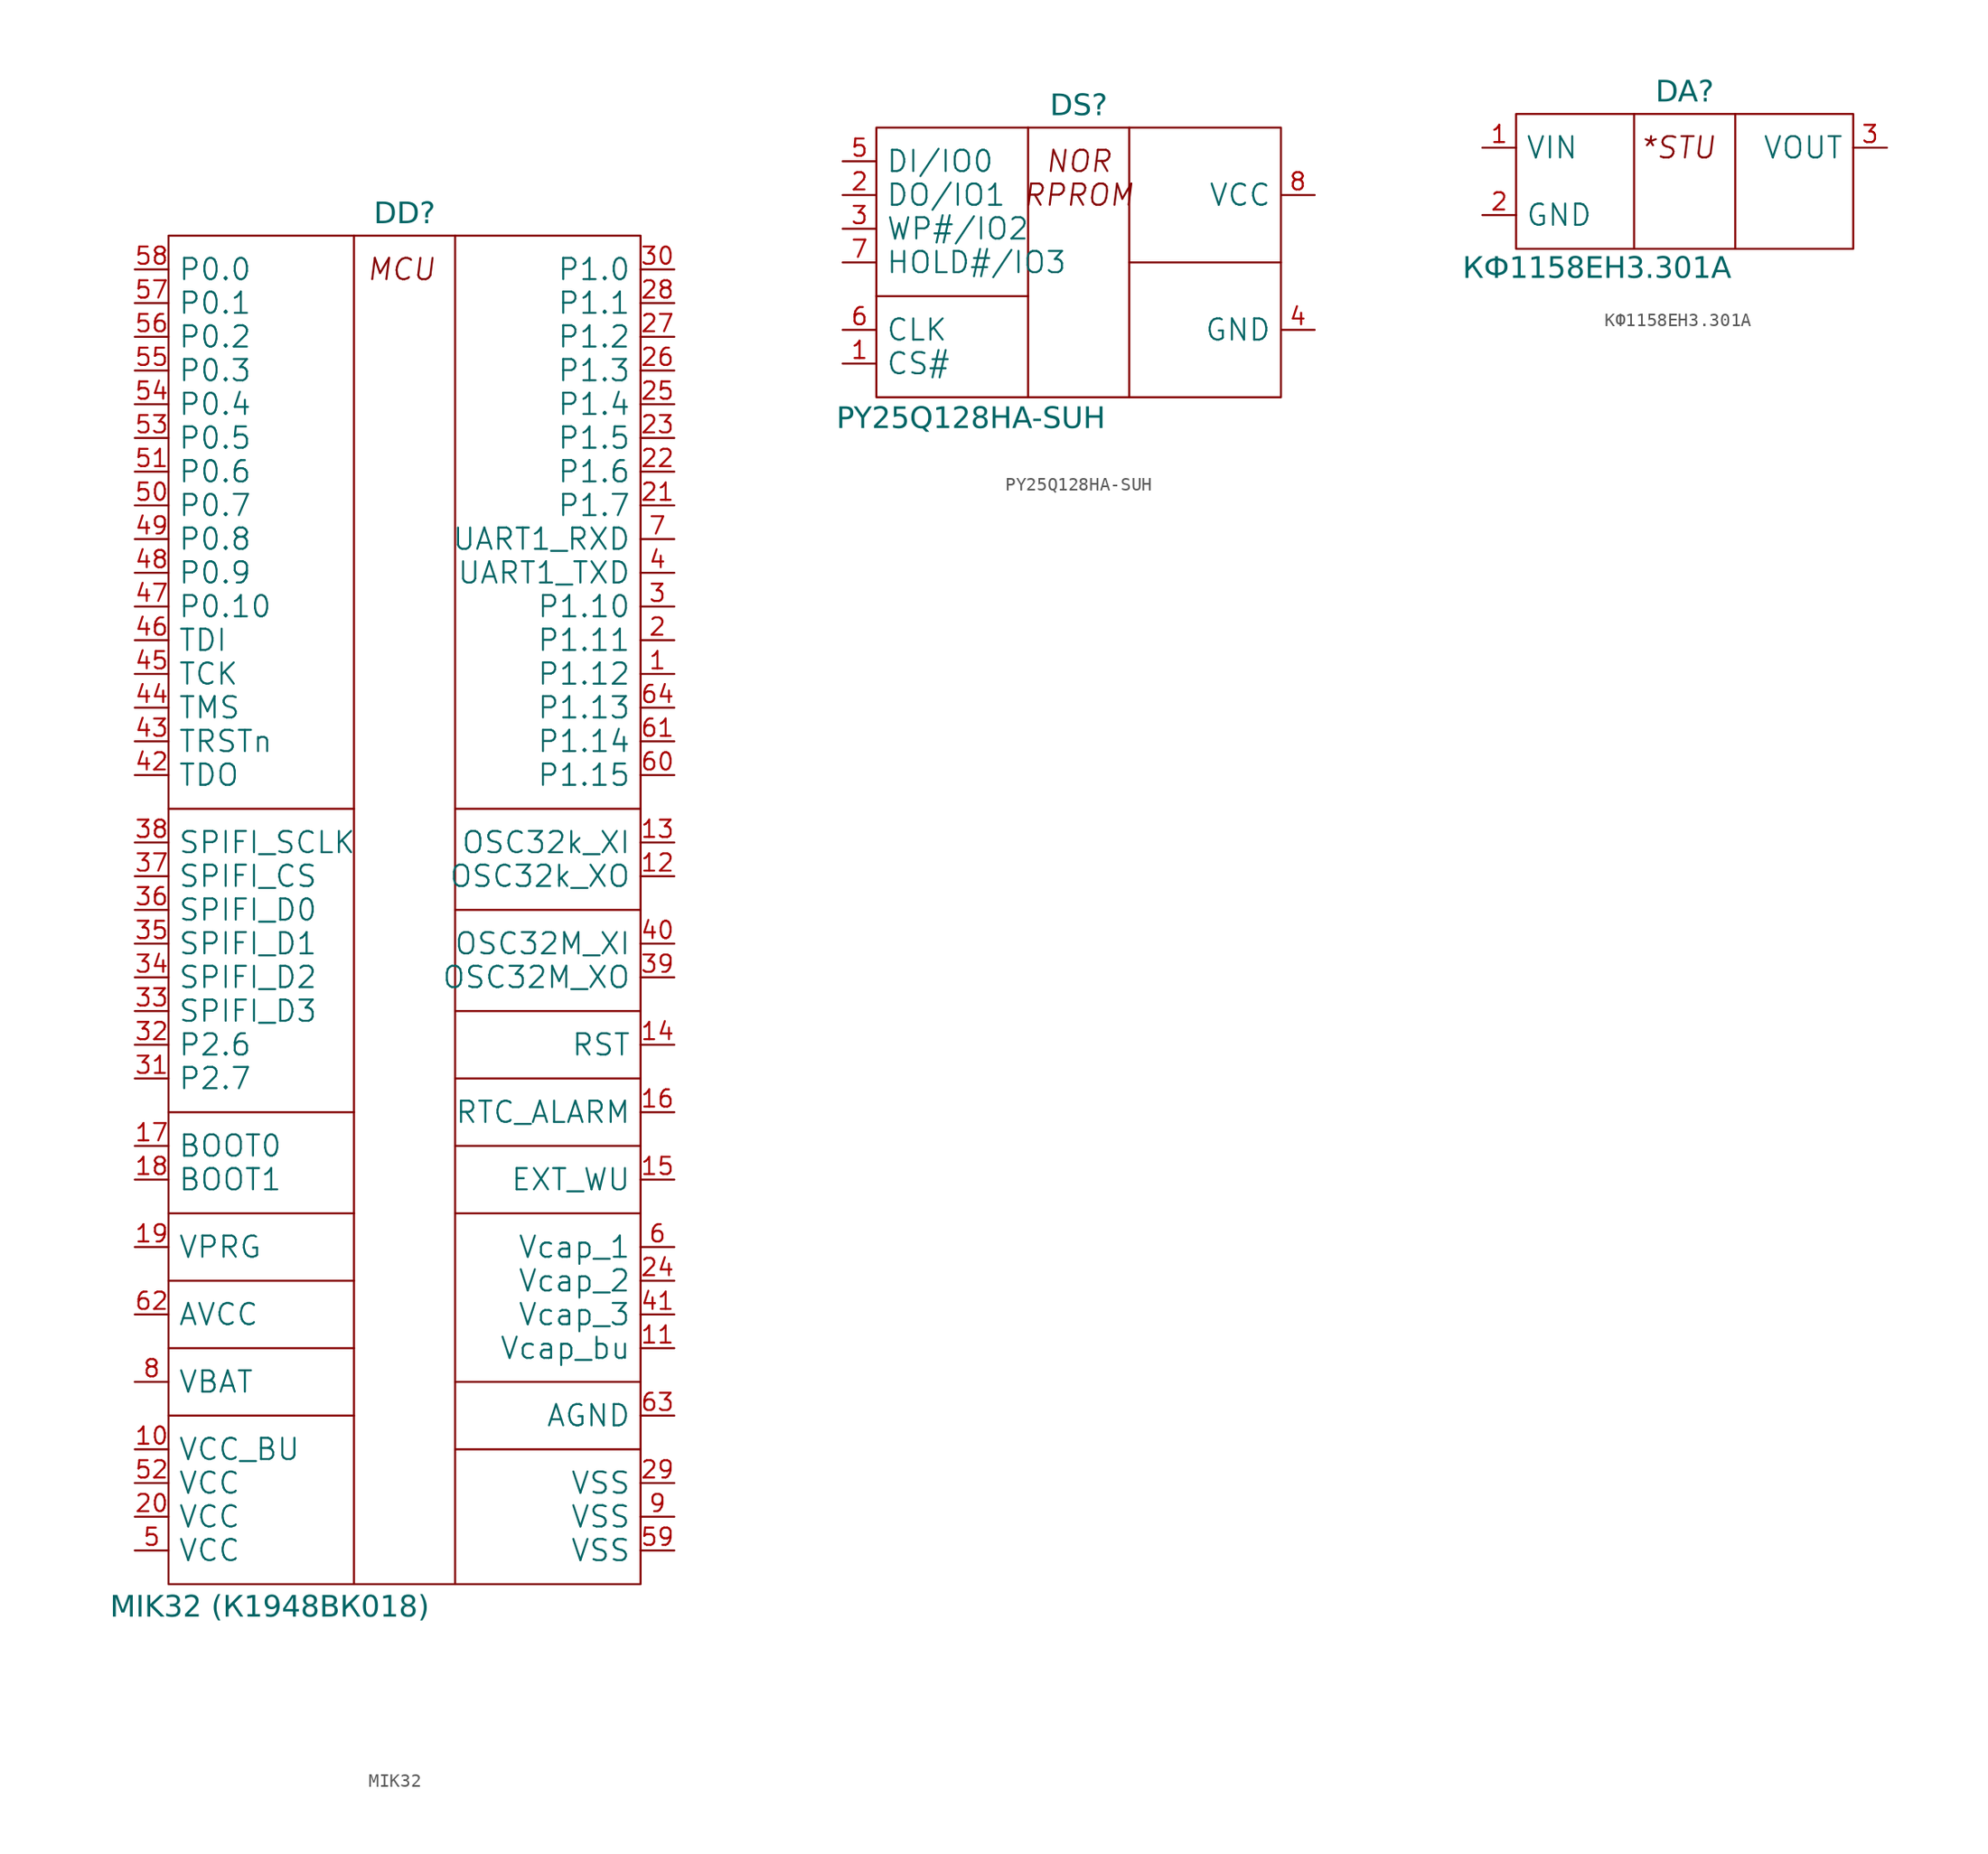
<source format=kicad_sym>
(kicad_symbol_lib
  (version 20231120)
  (generator "kicad_symbol_editor")
  (generator_version "8.0")
  (symbol "MIK32"
    (pin_names
      (offset 0.7))
    (property "Reference" "DD"
      (at 0 22.86 0)
      (effects (font (face "GOST type A") (size 1.6 1.6) (italic yes)) (justify top)))
    (property "Value" "MIK32 (К1948ВК018)"
      (at -10.16 -83.058 0)
      (effects (font (face "GOST type A") (size 1.6 1.6))))
    (symbol "MIK32_0_1"
      (polyline (pts (xy -3.81 20.32) (xy -3.81 -81.28)) (stroke (width 0) (type default)) (fill (type none)))
      (polyline (pts (xy 3.81 20.32) (xy 3.81 -81.28)) (stroke (width 0) (type default)) (fill (type none))))
    (symbol "MIK32_1_1"
      (polyline (pts (xy -17.78 -68.58) (xy -3.81 -68.58)) (stroke (width 0) (type default)) (fill (type none)))
      (polyline (pts (xy -17.78 -63.5) (xy -3.81 -63.5)) (stroke (width 0) (type default)) (fill (type none)))
      (polyline (pts (xy -17.78 -58.42) (xy -3.81 -58.42)) (stroke (width 0) (type default)) (fill (type none)))
      (polyline (pts (xy -17.78 -53.34) (xy -3.81 -53.34)) (stroke (width 0) (type default)) (fill (type none)))
      (polyline (pts (xy -17.78 -45.72) (xy -3.81 -45.72)) (stroke (width 0) (type default)) (fill (type none)))
      (polyline (pts (xy -17.78 -22.86) (xy -3.81 -22.86)) (stroke (width 0) (type default)) (fill (type none)))
      (polyline (pts (xy 3.81 -71.12) (xy 17.78 -71.12)) (stroke (width 0) (type default)) (fill (type none)))
      (polyline (pts (xy 3.81 -66.04) (xy 17.78 -66.04)) (stroke (width 0) (type default)) (fill (type none)))
      (polyline (pts (xy 3.81 -53.34) (xy 17.78 -53.34)) (stroke (width 0) (type default)) (fill (type none)))
      (polyline (pts (xy 3.81 -48.26) (xy 17.78 -48.26)) (stroke (width 0) (type default)) (fill (type none)))
      (polyline (pts (xy 3.81 -43.18) (xy 17.78 -43.18)) (stroke (width 0) (type default)) (fill (type none)))
      (polyline (pts (xy 3.81 -38.1) (xy 17.78 -38.1)) (stroke (width 0) (type default)) (fill (type none)))
      (polyline (pts (xy 3.81 -30.48) (xy 17.78 -30.48)) (stroke (width 0) (type default)) (fill (type none)))
      (polyline (pts (xy 3.81 -22.86) (xy 17.78 -22.86)) (stroke (width 0) (type default)) (fill (type none)))
      (polyline (pts (xy -17.78 1.27) (xy -17.78 20.32) (xy 17.78 20.32) (xy 17.78 -81.28) (xy -17.78 -81.28) (xy -17.78 1.27)) (stroke (width 0) (type default)) (fill (type none)))
      (text "MCU" (at -0.254 17.78 0) (effects (font (size 1.6 1.6) (italic yes))))
      (pin passive line (at 20.32 -12.7 180) (length 2.54) (name "P1.12" (effects (font (size 1.6 1.6)))) (number "1" (effects (font (size 1.3 1.3)))))
      (pin passive line (at -20.32 -71.12 0) (length 2.54) (name "VCC_BU" (effects (font (size 1.6 1.6)))) (number "10" (effects (font (size 1.3 1.3)))))
      (pin passive line (at 20.32 -63.5 180) (length 2.54) (name "Vcap_bu" (effects (font (size 1.6 1.6)))) (number "11" (effects (font (size 1.3 1.3)))))
      (pin passive line (at 20.32 -27.94 180) (length 2.54) (name "OSC32k_XO" (effects (font (size 1.6 1.6)))) (number "12" (effects (font (size 1.3 1.3)))))
      (pin passive line (at 20.32 -25.4 180) (length 2.54) (name "OSC32k_XI" (effects (font (size 1.6 1.6)))) (number "13" (effects (font (size 1.3 1.3)))))
      (pin passive line (at 20.32 -40.64 180) (length 2.54) (name "RST" (effects (font (size 1.6 1.6)))) (number "14" (effects (font (size 1.3 1.3)))))
      (pin passive line (at 20.32 -50.8 180) (length 2.54) (name "EXT_WU" (effects (font (size 1.6 1.6)))) (number "15" (effects (font (size 1.3 1.3)))))
      (pin passive line (at 20.32 -45.72 180) (length 2.54) (name "RTC_ALARM" (effects (font (size 1.6 1.6)))) (number "16" (effects (font (size 1.3 1.3)))))
      (pin passive line (at -20.32 -48.26 0) (length 2.54) (name "BOOT0" (effects (font (size 1.6 1.6)))) (number "17" (effects (font (size 1.3 1.3)))))
      (pin passive line (at -20.32 -50.8 0) (length 2.54) (name "BOOT1" (effects (font (size 1.6 1.6)))) (number "18" (effects (font (size 1.3 1.3)))))
      (pin passive line (at -20.32 -55.88 0) (length 2.54) (name "VPRG" (effects (font (size 1.6 1.6)))) (number "19" (effects (font (size 1.3 1.3)))))
      (pin passive line (at 20.32 -10.16 180) (length 2.54) (name "P1.11" (effects (font (size 1.6 1.6)))) (number "2" (effects (font (size 1.3 1.3)))))
      (pin passive line (at -20.32 -76.2 0) (length 2.54) (name "VCC" (effects (font (size 1.6 1.6)))) (number "20" (effects (font (size 1.3 1.3)))))
      (pin passive line (at 20.32 0 180) (length 2.54) (name "P1.7" (effects (font (size 1.6 1.6)))) (number "21" (effects (font (size 1.3 1.3)))))
      (pin passive line (at 20.32 2.54 180) (length 2.54) (name "P1.6" (effects (font (size 1.6 1.6)))) (number "22" (effects (font (size 1.3 1.3)))))
      (pin passive line (at 20.32 5.08 180) (length 2.54) (name "P1.5" (effects (font (size 1.6 1.6)))) (number "23" (effects (font (size 1.3 1.3)))))
      (pin passive line (at 20.32 -58.42 180) (length 2.54) (name "Vcap_2" (effects (font (size 1.6 1.6)))) (number "24" (effects (font (size 1.3 1.3)))))
      (pin passive line (at 20.32 7.62 180) (length 2.54) (name "P1.4" (effects (font (size 1.6 1.6)))) (number "25" (effects (font (size 1.3 1.3)))))
      (pin passive line (at 20.32 10.16 180) (length 2.54) (name "P1.3" (effects (font (size 1.6 1.6)))) (number "26" (effects (font (size 1.3 1.3)))))
      (pin passive line (at 20.32 12.7 180) (length 2.54) (name "P1.2" (effects (font (size 1.6 1.6)))) (number "27" (effects (font (size 1.3 1.3)))))
      (pin passive line (at 20.32 15.24 180) (length 2.54) (name "P1.1" (effects (font (size 1.6 1.6)))) (number "28" (effects (font (size 1.3 1.3)))))
      (pin passive line (at 20.32 -73.66 180) (length 2.54) (name "VSS" (effects (font (size 1.6 1.6)))) (number "29" (effects (font (size 1.3 1.3)))))
      (pin passive line (at 20.32 -7.62 180) (length 2.54) (name "P1.10" (effects (font (size 1.6 1.6)))) (number "3" (effects (font (size 1.3 1.3)))))
      (pin passive line (at 20.32 17.78 180) (length 2.54) (name "P1.0" (effects (font (size 1.6 1.6)))) (number "30" (effects (font (size 1.3 1.3)))))
      (pin passive line (at -20.32 -43.18 0) (length 2.54) (name "P2.7" (effects (font (size 1.6 1.6)))) (number "31" (effects (font (size 1.3 1.3)))))
      (pin passive line (at -20.32 -40.64 0) (length 2.54) (name "P2.6" (effects (font (size 1.6 1.6)))) (number "32" (effects (font (size 1.3 1.3)))))
      (pin passive line (at -20.32 -38.1 0) (length 2.54) (name "SPIFI_D3" (effects (font (size 1.6 1.6)))) (number "33" (effects (font (size 1.3 1.3)))))
      (pin passive line (at -20.32 -35.56 0) (length 2.54) (name "SPIFI_D2" (effects (font (size 1.6 1.6)))) (number "34" (effects (font (size 1.3 1.3)))))
      (pin passive line (at -20.32 -33.02 0) (length 2.54) (name "SPIFI_D1" (effects (font (size 1.6 1.6)))) (number "35" (effects (font (size 1.3 1.3)))))
      (pin passive line (at -20.32 -30.48 0) (length 2.54) (name "SPIFI_D0" (effects (font (size 1.6 1.6)))) (number "36" (effects (font (size 1.3 1.3)))))
      (pin passive line (at -20.32 -27.94 0) (length 2.54) (name "SPIFI_CS" (effects (font (size 1.6 1.6)))) (number "37" (effects (font (size 1.3 1.3)))))
      (pin passive line (at -20.32 -25.4 0) (length 2.54) (name "SPIFI_SCLK" (effects (font (size 1.6 1.6)))) (number "38" (effects (font (size 1.3 1.3)))))
      (pin passive line (at 20.32 -35.56 180) (length 2.54) (name "OSC32M_XO" (effects (font (size 1.6 1.6)))) (number "39" (effects (font (size 1.3 1.3)))))
      (pin passive line (at 20.32 -5.08 180) (length 2.54) (name "UART1_TXD" (effects (font (size 1.6 1.6)))) (number "4" (effects (font (size 1.3 1.3)))))
      (pin passive line (at 20.32 -33.02 180) (length 2.54) (name "OSC32M_XI" (effects (font (size 1.6 1.6)))) (number "40" (effects (font (size 1.3 1.3)))))
      (pin passive line (at 20.32 -60.96 180) (length 2.54) (name "Vcap_3" (effects (font (size 1.6 1.6)))) (number "41" (effects (font (size 1.3 1.3)))))
      (pin passive line (at -20.32 -20.32 0) (length 2.54) (name "TDO" (effects (font (size 1.6 1.6)))) (number "42" (effects (font (size 1.3 1.3)))))
      (pin passive line (at -20.32 -17.78 0) (length 2.54) (name "TRSTn" (effects (font (size 1.6 1.6)))) (number "43" (effects (font (size 1.3 1.3)))))
      (pin passive line (at -20.32 -15.24 0) (length 2.54) (name "TMS" (effects (font (size 1.6 1.6)))) (number "44" (effects (font (size 1.3 1.3)))))
      (pin passive line (at -20.32 -12.7 0) (length 2.54) (name "TCK" (effects (font (size 1.6 1.6)))) (number "45" (effects (font (size 1.3 1.3)))))
      (pin passive line (at -20.32 -10.16 0) (length 2.54) (name "TDI" (effects (font (size 1.6 1.6)))) (number "46" (effects (font (size 1.3 1.3)))))
      (pin passive line (at -20.32 -7.62 0) (length 2.54) (name "P0.10" (effects (font (size 1.6 1.6)))) (number "47" (effects (font (size 1.3 1.3)))))
      (pin passive line (at -20.32 -5.08 0) (length 2.54) (name "P0.9" (effects (font (size 1.6 1.6)))) (number "48" (effects (font (size 1.3 1.3)))))
      (pin passive line (at -20.32 -2.54 0) (length 2.54) (name "P0.8" (effects (font (size 1.6 1.6)))) (number "49" (effects (font (size 1.3 1.3)))))
      (pin passive line (at -20.32 -78.74 0) (length 2.54) (name "VCC" (effects (font (size 1.6 1.6)))) (number "5" (effects (font (size 1.3 1.3)))))
      (pin passive line (at -20.32 0 0) (length 2.54) (name "P0.7" (effects (font (size 1.6 1.6)))) (number "50" (effects (font (size 1.3 1.3)))))
      (pin passive line (at -20.32 2.54 0) (length 2.54) (name "P0.6" (effects (font (size 1.6 1.6)))) (number "51" (effects (font (size 1.3 1.3)))))
      (pin passive line (at -20.32 -73.66 0) (length 2.54) (name "VCC" (effects (font (size 1.6 1.6)))) (number "52" (effects (font (size 1.3 1.3)))))
      (pin passive line (at -20.32 5.08 0) (length 2.54) (name "P0.5" (effects (font (size 1.6 1.6)))) (number "53" (effects (font (size 1.3 1.3)))))
      (pin passive line (at -20.32 7.62 0) (length 2.54) (name "P0.4" (effects (font (size 1.6 1.6)))) (number "54" (effects (font (size 1.3 1.3)))))
      (pin passive line (at -20.32 10.16 0) (length 2.54) (name "P0.3" (effects (font (size 1.6 1.6)))) (number "55" (effects (font (size 1.3 1.3)))))
      (pin passive line (at -20.32 12.7 0) (length 2.54) (name "P0.2" (effects (font (size 1.6 1.6)))) (number "56" (effects (font (size 1.3 1.3)))))
      (pin passive line (at -20.32 15.24 0) (length 2.54) (name "P0.1" (effects (font (size 1.6 1.6)))) (number "57" (effects (font (size 1.3 1.3)))))
      (pin passive line (at -20.32 17.78 0) (length 2.54) (name "P0.0" (effects (font (size 1.6 1.6)))) (number "58" (effects (font (size 1.3 1.3)))))
      (pin passive line (at 20.32 -78.74 180) (length 2.54) (name "VSS" (effects (font (size 1.6 1.6)))) (number "59" (effects (font (size 1.3 1.3)))))
      (pin passive line (at 20.32 -55.88 180) (length 2.54) (name "Vcap_1" (effects (font (size 1.6 1.6)))) (number "6" (effects (font (size 1.3 1.3)))))
      (pin passive line (at 20.32 -20.32 180) (length 2.54) (name "P1.15" (effects (font (size 1.6 1.6)))) (number "60" (effects (font (size 1.3 1.3)))))
      (pin passive line (at 20.32 -17.78 180) (length 2.54) (name "P1.14" (effects (font (size 1.6 1.6)))) (number "61" (effects (font (size 1.3 1.3)))))
      (pin passive line (at -20.32 -60.96 0) (length 2.54) (name "AVCC" (effects (font (size 1.6 1.6)))) (number "62" (effects (font (size 1.3 1.3)))))
      (pin passive line (at 20.32 -68.58 180) (length 2.54) (name "AGND" (effects (font (size 1.6 1.6)))) (number "63" (effects (font (size 1.3 1.3)))))
      (pin passive line (at 20.32 -15.24 180) (length 2.54) (name "P1.13" (effects (font (size 1.6 1.6)))) (number "64" (effects (font (size 1.3 1.3)))))
      (pin passive line (at 20.32 -2.54 180) (length 2.54) (name "UART1_RXD" (effects (font (size 1.6 1.6)))) (number "7" (effects (font (size 1.3 1.3)))))
      (pin passive line (at -20.32 -66.04 0) (length 2.54) (name "VBAT" (effects (font (size 1.6 1.6)))) (number "8" (effects (font (size 1.3 1.3)))))
      (pin passive line (at 20.32 -76.2 180) (length 2.54) (name "VSS" (effects (font (size 1.6 1.6)))) (number "9" (effects (font (size 1.3 1.3)))))))
  (symbol "PY25Q128HA-SUH"
    (pin_names
      (offset 0.7))
    (property "Reference" "DS"
      (at 0 5.08 0)
      (effects (font (face "GOST type A") (size 1.6 1.6) (italic yes)) (justify top)))
    (property "Value" "PY25Q128HA-SUH"
      (at -8.117 -19.432 0)
      (effects (font (face "GOST type A") (size 1.6 1.6) (italic yes))))
    (symbol "PY25Q128HA-SUH_0_1"
      (polyline (pts (xy -3.81 2.54) (xy -3.81 -17.78)) (stroke (width 0) (type default)) (fill (type none)))
      (polyline (pts (xy 3.81 2.54) (xy 3.81 -17.78)) (stroke (width 0) (type default)) (fill (type none))))
    (symbol "PY25Q128HA-SUH_1_1"
      (polyline (pts (xy -15.24 -10.16) (xy -3.81 -10.16)) (stroke (width 0) (type default)) (fill (type none)))
      (polyline (pts (xy 3.81 -7.62) (xy 15.24 -7.62)) (stroke (width 0) (type default)) (fill (type none)))
      (polyline (pts (xy -15.24 -17.78) (xy -15.24 2.54) (xy 15.24 2.54) (xy 15.24 -17.78) (xy -15.24 -17.78) (xy -12.7 -17.78)) (stroke (width 0) (type default)) (fill (type none)))
      (text "NOR" (at 0 0 0) (effects (font (size 1.6 1.6) (italic yes))))
      (text "RPROM" (at 0 -2.54 0) (effects (font (size 1.6 1.6) (italic yes))))
      (pin passive line (at -17.78 -15.24 0) (length 2.54) (name "CS#" (effects (font (size 1.6 1.6)))) (number "1" (effects (font (size 1.3 1.3)))))
      (pin passive line (at -17.78 -2.54 0) (length 2.54) (name "DO/IO1" (effects (font (size 1.6 1.6)))) (number "2" (effects (font (size 1.3 1.3)))))
      (pin passive line (at -17.78 -5.08 0) (length 2.54) (name "WP#/IO2" (effects (font (size 1.6 1.6)))) (number "3" (effects (font (size 1.3 1.3)))))
      (pin passive line (at 17.78 -12.7 180) (length 2.54) (name "GND" (effects (font (size 1.6 1.6)))) (number "4" (effects (font (size 1.3 1.3)))))
      (pin passive line (at -17.78 0 0) (length 2.54) (name "DI/IO0" (effects (font (size 1.6 1.6)))) (number "5" (effects (font (size 1.3 1.3)))))
      (pin passive line (at -17.78 -12.7 0) (length 2.54) (name "CLK" (effects (font (size 1.6 1.6)))) (number "6" (effects (font (size 1.3 1.3)))))
      (pin passive line (at -17.78 -7.62 0) (length 2.54) (name "HOLD#/IO3" (effects (font (size 1.6 1.6)))) (number "7" (effects (font (size 1.3 1.3)))))
      (pin passive line (at 17.78 -2.54 180) (length 2.54) (name "VCC" (effects (font (size 1.6 1.6)))) (number "8" (effects (font (size 1.3 1.3)))))))
  (symbol "КФ1158ЕН3.301А"
    (pin_names
      (offset 0.7))
    (property "Reference" "DA"
      (at 0 5.08 0)
      (effects (font (face "GOST type A") (size 1.6 1.6) (italic yes)) (justify top)))
    (property "Value" "КФ1158ЕН3.301А"
      (at -6.604 -9.144 0)
      (effects (font (face "GOST type A") (size 1.6 1.6) (italic yes))))
    (symbol "КФ1158ЕН3.301А_0_1"
      (polyline (pts (xy -3.81 2.54) (xy -3.81 -7.62)) (stroke (width 0) (type default)) (fill (type none)))
      (polyline (pts (xy 3.81 2.54) (xy 3.81 -7.62)) (stroke (width 0) (type default)) (fill (type none))))
    (symbol "КФ1158ЕН3.301А_1_1"
      (polyline (pts (xy -12.7 -7.62) (xy -12.7 2.54) (xy 12.7 2.54) (xy 12.7 -7.62) (xy -12.7 -7.62) (xy -12.7 -7.62)) (stroke (width 0) (type default)) (fill (type none)))
      (text "*STU" (at -0.508 0 0) (effects (font (size 1.6 1.6) (italic yes))))
      (pin passive line (at -15.24 0 0) (length 2.54) (name "VIN" (effects (font (size 1.6 1.6)))) (number "1" (effects (font (size 1.3 1.3)))))
      (pin passive line (at -15.24 -5.08 0) (length 2.54) (name "GND" (effects (font (size 1.6 1.6)))) (number "2" (effects (font (size 1.3 1.3)))))
      (pin passive line (at 15.24 0 180) (length 2.54) (name "VOUT" (effects (font (size 1.6 1.6)))) (number "3" (effects (font (size 1.3 1.3))))))))
</source>
